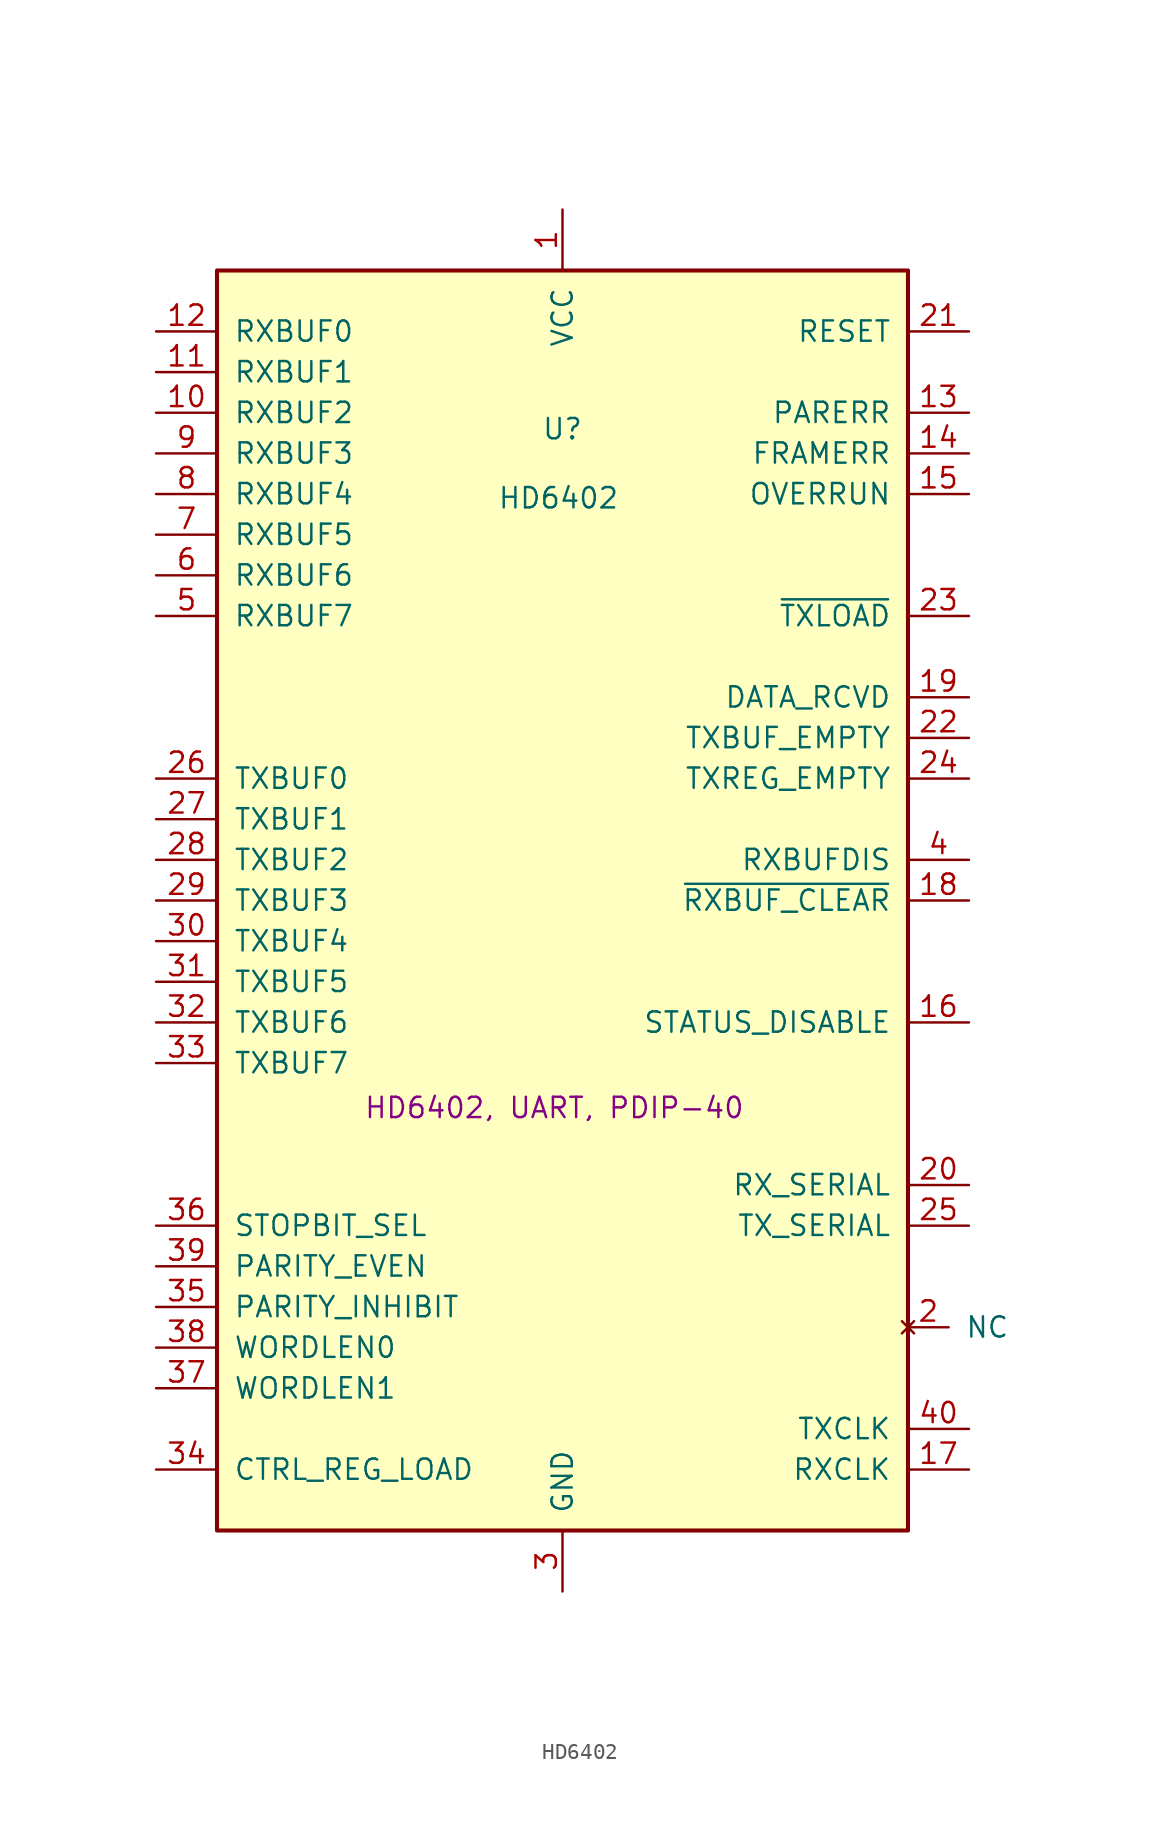
<source format=kicad_sym>
(kicad_symbol_lib
  (version 20241209)
  (generator "kicad_symbol_editor")
  (generator_version "9.0")
  (symbol "HD6402"
    (pin_names
      (offset 1.016))
    (property "Reference" "U"
      (at 0 29.464 0)
      (effects (font (size 1.27 1.27))))
    (property "Value" "HD6402"
      (at -0.254 25.146 0)
      (effects (font (size 1.27 1.27))))
    (property "Description" "HD6402, UART, PDIP-40"
      (at -0.508 -12.954 0)
      (effects (font (size 1.27 1.27))))
    (symbol "HD6402_1_1"
      (rectangle (start -21.59 39.37) (end 21.59 -39.37) (stroke (width 0.254) (type solid)) (fill (type background)))
      (pin tri_state line (at -25.4 35.56 0) (length 3.81) (name "RXBUF0" (effects (font (size 1.27 1.27)))) (number "12" (effects (font (size 1.27 1.27)))))
      (pin tri_state line (at -25.4 33.02 0) (length 3.81) (name "RXBUF1" (effects (font (size 1.27 1.27)))) (number "11" (effects (font (size 1.27 1.27)))))
      (pin tri_state line (at -25.4 30.48 0) (length 3.81) (name "RXBUF2" (effects (font (size 1.27 1.27)))) (number "10" (effects (font (size 1.27 1.27)))))
      (pin tri_state line (at -25.4 27.94 0) (length 3.81) (name "RXBUF3" (effects (font (size 1.27 1.27)))) (number "9" (effects (font (size 1.27 1.27)))))
      (pin tri_state line (at -25.4 25.4 0) (length 3.81) (name "RXBUF4" (effects (font (size 1.27 1.27)))) (number "8" (effects (font (size 1.27 1.27)))))
      (pin tri_state line (at -25.4 22.86 0) (length 3.81) (name "RXBUF5" (effects (font (size 1.27 1.27)))) (number "7" (effects (font (size 1.27 1.27)))))
      (pin tri_state line (at -25.4 20.32 0) (length 3.81) (name "RXBUF6" (effects (font (size 1.27 1.27)))) (number "6" (effects (font (size 1.27 1.27)))))
      (pin tri_state line (at -25.4 17.78 0) (length 3.81) (name "RXBUF7" (effects (font (size 1.27 1.27)))) (number "5" (effects (font (size 1.27 1.27)))))
      (pin input line (at -25.4 7.62 0) (length 3.81) (name "TXBUF0" (effects (font (size 1.27 1.27)))) (number "26" (effects (font (size 1.27 1.27)))))
      (pin input line (at -25.4 5.08 0) (length 3.81) (name "TXBUF1" (effects (font (size 1.27 1.27)))) (number "27" (effects (font (size 1.27 1.27)))))
      (pin input line (at -25.4 2.54 0) (length 3.81) (name "TXBUF2" (effects (font (size 1.27 1.27)))) (number "28" (effects (font (size 1.27 1.27)))))
      (pin input line (at -25.4 0 0) (length 3.81) (name "TXBUF3" (effects (font (size 1.27 1.27)))) (number "29" (effects (font (size 1.27 1.27)))))
      (pin input line (at -25.4 -2.54 0) (length 3.81) (name "TXBUF4" (effects (font (size 1.27 1.27)))) (number "30" (effects (font (size 1.27 1.27)))))
      (pin input line (at -25.4 -5.08 0) (length 3.81) (name "TXBUF5" (effects (font (size 1.27 1.27)))) (number "31" (effects (font (size 1.27 1.27)))))
      (pin input line (at -25.4 -7.62 0) (length 3.81) (name "TXBUF6" (effects (font (size 1.27 1.27)))) (number "32" (effects (font (size 1.27 1.27)))))
      (pin input line (at -25.4 -10.16 0) (length 3.81) (name "TXBUF7" (effects (font (size 1.27 1.27)))) (number "33" (effects (font (size 1.27 1.27)))))
      (pin input line (at -25.4 -20.32 0) (length 3.81) (name "STOPBIT_SEL" (effects (font (size 1.27 1.27)))) (number "36" (effects (font (size 1.27 1.27)))))
      (pin input line (at -25.4 -22.86 0) (length 3.81) (name "PARITY_EVEN" (effects (font (size 1.27 1.27)))) (number "39" (effects (font (size 1.27 1.27)))))
      (pin input line (at -25.4 -25.4 0) (length 3.81) (name "PARITY_INHIBIT" (effects (font (size 1.27 1.27)))) (number "35" (effects (font (size 1.27 1.27)))))
      (pin input line (at -25.4 -27.94 0) (length 3.81) (name "WORDLEN0" (effects (font (size 1.27 1.27)))) (number "38" (effects (font (size 1.27 1.27)))))
      (pin input line (at -25.4 -30.48 0) (length 3.81) (name "WORDLEN1" (effects (font (size 1.27 1.27)))) (number "37" (effects (font (size 1.27 1.27)))))
      (pin input line (at -25.4 -35.56 0) (length 3.81) (name "CTRL_REG_LOAD" (effects (font (size 1.27 1.27)))) (number "34" (effects (font (size 1.27 1.27)))))
      (pin power_in line (at 0 43.18 270) (length 3.81) (name "VCC" (effects (font (size 1.27 1.27)))) (number "1" (effects (font (size 1.27 1.27)))))
      (pin power_in line (at 0 -43.18 90) (length 3.81) (name "GND" (effects (font (size 1.27 1.27)))) (number "3" (effects (font (size 1.27 1.27)))))
      (pin no_connect line (at 21.59 -26.67 0) (length 2.54) (name "NC" (effects (font (size 1.27 1.27)))) (number "2" (effects (font (size 1.27 1.27)))))
      (pin input line (at 25.4 35.56 180) (length 3.81) (name "RESET" (effects (font (size 1.27 1.27)))) (number "21" (effects (font (size 1.27 1.27)))))
      (pin tri_state line (at 25.4 30.48 180) (length 3.81) (name "PARERR" (effects (font (size 1.27 1.27)))) (number "13" (effects (font (size 1.27 1.27)))))
      (pin tri_state line (at 25.4 27.94 180) (length 3.81) (name "FRAMERR" (effects (font (size 1.27 1.27)))) (number "14" (effects (font (size 1.27 1.27)))))
      (pin tri_state line (at 25.4 25.4 180) (length 3.81) (name "OVERRUN" (effects (font (size 1.27 1.27)))) (number "15" (effects (font (size 1.27 1.27)))))
      (pin input line (at 25.4 17.78 180) (length 3.81) (name "~{TXLOAD}" (effects (font (size 1.27 1.27)))) (number "23" (effects (font (size 1.27 1.27)))))
      (pin tri_state line (at 25.4 12.7 180) (length 3.81) (name "DATA_RCVD" (effects (font (size 1.27 1.27)))) (number "19" (effects (font (size 1.27 1.27)))))
      (pin tri_state line (at 25.4 10.16 180) (length 3.81) (name "TXBUF_EMPTY" (effects (font (size 1.27 1.27)))) (number "22" (effects (font (size 1.27 1.27)))))
      (pin output line (at 25.4 7.62 180) (length 3.81) (name "TXREG_EMPTY" (effects (font (size 1.27 1.27)))) (number "24" (effects (font (size 1.27 1.27)))))
      (pin input line (at 25.4 2.54 180) (length 3.81) (name "RXBUFDIS" (effects (font (size 1.27 1.27)))) (number "4" (effects (font (size 1.27 1.27)))))
      (pin input line (at 25.4 0 180) (length 3.81) (name "~{RXBUF_CLEAR}" (effects (font (size 1.27 1.27)))) (number "18" (effects (font (size 1.27 1.27)))))
      (pin input line (at 25.4 -7.62 180) (length 3.81) (name "STATUS_DISABLE" (effects (font (size 1.27 1.27)))) (number "16" (effects (font (size 1.27 1.27)))))
      (pin input line (at 25.4 -17.78 180) (length 3.81) (name "RX_SERIAL" (effects (font (size 1.27 1.27)))) (number "20" (effects (font (size 1.27 1.27)))))
      (pin output line (at 25.4 -20.32 180) (length 3.81) (name "TX_SERIAL" (effects (font (size 1.27 1.27)))) (number "25" (effects (font (size 1.27 1.27)))))
      (pin input line (at 25.4 -33.02 180) (length 3.81) (name "TXCLK" (effects (font (size 1.27 1.27)))) (number "40" (effects (font (size 1.27 1.27)))))
      (pin input line (at 25.4 -35.56 180) (length 3.81) (name "RXCLK" (effects (font (size 1.27 1.27)))) (number "17" (effects (font (size 1.27 1.27))))))))
</source>
